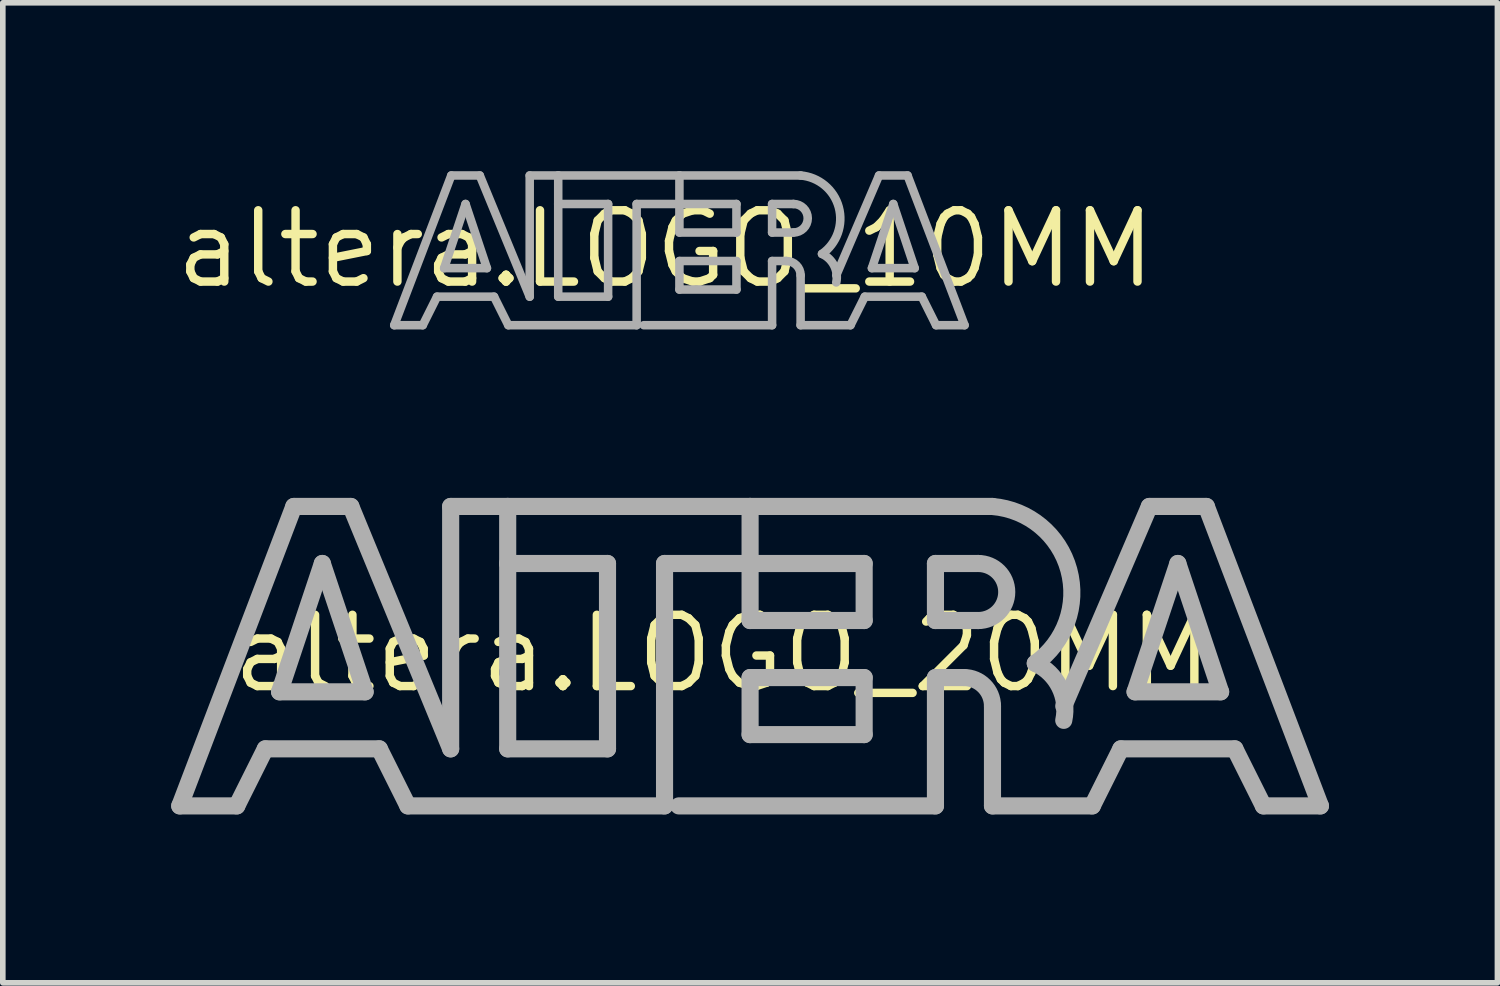
<source format=kicad_pcb>
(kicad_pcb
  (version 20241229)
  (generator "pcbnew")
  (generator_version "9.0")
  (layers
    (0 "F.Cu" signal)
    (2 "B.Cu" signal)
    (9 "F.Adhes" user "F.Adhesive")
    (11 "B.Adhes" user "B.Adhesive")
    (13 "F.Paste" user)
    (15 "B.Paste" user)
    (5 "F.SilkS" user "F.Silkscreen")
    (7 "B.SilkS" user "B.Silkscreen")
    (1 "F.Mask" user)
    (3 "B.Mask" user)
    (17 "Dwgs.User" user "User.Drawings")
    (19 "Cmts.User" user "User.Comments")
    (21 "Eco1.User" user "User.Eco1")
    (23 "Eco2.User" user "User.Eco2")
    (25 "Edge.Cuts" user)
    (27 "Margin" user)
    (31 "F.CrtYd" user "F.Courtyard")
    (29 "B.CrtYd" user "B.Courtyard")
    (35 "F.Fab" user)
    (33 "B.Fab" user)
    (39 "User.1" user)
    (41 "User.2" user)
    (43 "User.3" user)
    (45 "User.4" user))
  (footprint "altera.LOGO_10MM"
    (layer "F.Cu")
    (at 8.807 1.386)
    (property "Reference" "altera.LOGO_10MM" (at 0 0 0) (layer "F.SilkS") (effects (font (size 1.27 1.27) (thickness 0.15))))
    (fp_line (start -4.834 1.357) (end -3.818 -1.31) (stroke (width 0.152) (type default)) (layer "F.Fab"))
    (fp_line (start -4.326 1.357) (end -4.834 1.357) (stroke (width 0.152) (type default)) (layer "F.Fab"))
    (fp_line (start -4.072 0.849) (end -4.326 1.357) (stroke (width 0.152) (type default)) (layer "F.Fab"))
    (fp_line (start -3.945 0.341) (end -3.183 0.341) (stroke (width 0.152) (type default)) (layer "F.Fab"))
    (fp_line (start -3.818 -1.31) (end -3.31 -1.31) (stroke (width 0.152) (type default)) (layer "F.Fab"))
    (fp_line (start -3.564 -0.802) (end -3.945 0.341) (stroke (width 0.152) (type default)) (layer "F.Fab"))
    (fp_line (start -3.31 -1.31) (end -2.421 0.849) (stroke (width 0.152) (type default)) (layer "F.Fab"))
    (fp_line (start -3.183 0.341) (end -3.564 -0.802) (stroke (width 0.152) (type default)) (layer "F.Fab"))
    (fp_line (start -3.056 0.849) (end -4.072 0.849) (stroke (width 0.152) (type default)) (layer "F.Fab"))
    (fp_line (start -2.802 1.357) (end -3.056 0.849) (stroke (width 0.152) (type default)) (layer "F.Fab"))
    (fp_line (start -2.421 -1.31) (end -1.913 -1.31) (stroke (width 0.152) (type default)) (layer "F.Fab"))
    (fp_line (start -2.421 0.849) (end -2.421 -1.31) (stroke (width 0.152) (type default)) (layer "F.Fab"))
    (fp_line (start -1.913 -1.31) (end -1.913 -0.802) (stroke (width 0.152) (type default)) (layer "F.Fab"))
    (fp_line (start -1.913 -1.31) (end 0.246 -1.31) (stroke (width 0.152) (type default)) (layer "F.Fab"))
    (fp_line (start -1.913 -0.802) (end -1.913 0.849) (stroke (width 0.152) (type default)) (layer "F.Fab"))
    (fp_line (start -1.913 0.849) (end -1.024 0.849) (stroke (width 0.152) (type default)) (layer "F.Fab"))
    (fp_line (start -1.024 -0.802) (end -1.913 -0.802) (stroke (width 0.152) (type default)) (layer "F.Fab"))
    (fp_line (start -1.024 0.849) (end -1.024 -0.802) (stroke (width 0.152) (type default)) (layer "F.Fab"))
    (fp_line (start -0.516 -0.802) (end -0.516 1.357) (stroke (width 0.152) (type default)) (layer "F.Fab"))
    (fp_line (start -0.516 1.357) (end -2.802 1.357) (stroke (width 0.152) (type default)) (layer "F.Fab"))
    (fp_line (start 0.246 -1.31) (end 0.246 -0.802) (stroke (width 0.152) (type default)) (layer "F.Fab"))
    (fp_line (start 0.246 -1.31) (end 2.405 -1.31) (stroke (width 0.152) (type default)) (layer "F.Fab"))
    (fp_line (start 0.246 -0.802) (end -0.516 -0.802) (stroke (width 0.152) (type default)) (layer "F.Fab"))
    (fp_line (start 0.246 -0.802) (end 0.246 -0.294) (stroke (width 0.152) (type default)) (layer "F.Fab"))
    (fp_line (start 0.246 -0.294) (end 1.262 -0.294) (stroke (width 0.152) (type default)) (layer "F.Fab"))
    (fp_line (start 0.246 0.214) (end 1.262 0.214) (stroke (width 0.152) (type default)) (layer "F.Fab"))
    (fp_line (start 0.246 0.722) (end 0.246 0.214) (stroke (width 0.152) (type default)) (layer "F.Fab"))
    (fp_line (start 1.262 -0.802) (end 0.246 -0.802) (stroke (width 0.152) (type default)) (layer "F.Fab"))
    (fp_line (start 1.262 -0.294) (end 1.262 -0.802) (stroke (width 0.152) (type default)) (layer "F.Fab"))
    (fp_line (start 1.262 0.214) (end 1.262 0.722) (stroke (width 0.152) (type default)) (layer "F.Fab"))
    (fp_line (start 1.262 0.722) (end 0.246 0.722) (stroke (width 0.152) (type default)) (layer "F.Fab"))
    (fp_line (start 1.897 -0.802) (end 1.897 -0.294) (stroke (width 0.152) (type default)) (layer "F.Fab"))
    (fp_line (start 1.897 -0.294) (end 2.278 -0.294) (stroke (width 0.152) (type default)) (layer "F.Fab"))
    (fp_line (start 1.897 0.214) (end 1.897 1.357) (stroke (width 0.152) (type default)) (layer "F.Fab"))
    (fp_line (start 1.897 0.214) (end 2.151 0.214) (stroke (width 0.152) (type default)) (layer "F.Fab"))
    (fp_line (start 1.897 1.357) (end -0.389 1.357) (stroke (width 0.152) (type default)) (layer "F.Fab"))
    (fp_line (start 2.278 -0.802) (end 1.897 -0.802) (stroke (width 0.152) (type default)) (layer "F.Fab"))
    (fp_line (start 2.405 0.468) (end 2.405 1.357) (stroke (width 0.152) (type default)) (layer "F.Fab"))
    (fp_line (start 2.405 1.357) (end 3.294 1.357) (stroke (width 0.152) (type default)) (layer "F.Fab"))
    (fp_line (start 3.294 1.357) (end 3.548 0.849) (stroke (width 0.152) (type default)) (layer "F.Fab"))
    (fp_line (start 3.548 0.849) (end 4.564 0.849) (stroke (width 0.152) (type default)) (layer "F.Fab"))
    (fp_line (start 3.675 0.341) (end 4.056 -0.802) (stroke (width 0.152) (type default)) (layer "F.Fab"))
    (fp_line (start 3.802 -1.31) (end 3.04 0.468) (stroke (width 0.152) (type default)) (layer "F.Fab"))
    (fp_line (start 4.056 -0.802) (end 4.437 0.341) (stroke (width 0.152) (type default)) (layer "F.Fab"))
    (fp_line (start 4.31 -1.31) (end 3.802 -1.31) (stroke (width 0.152) (type default)) (layer "F.Fab"))
    (fp_line (start 4.437 0.341) (end 3.675 0.341) (stroke (width 0.152) (type default)) (layer "F.Fab"))
    (fp_line (start 4.564 0.849) (end 4.818 1.357) (stroke (width 0.152) (type default)) (layer "F.Fab"))
    (fp_line (start 4.818 1.357) (end 5.326 1.357) (stroke (width 0.152) (type default)) (layer "F.Fab"))
    (fp_line (start 5.326 1.357) (end 4.31 -1.31) (stroke (width 0.152) (type default)) (layer "F.Fab"))
    (fp_arc (start 2.151 0.214) (mid 2.330605 0.288395) (end 2.405 0.468) (stroke (width 0.1524) (type default)) (layer "F.Fab"))
    (fp_arc (start 2.278 -0.802) (mid 2.532 -0.548) (end 2.278 -0.294) (stroke (width 0.1524) (type default)) (layer "F.Fab"))
    (fp_arc (start 2.405 -1.31) (mid 3.084953 -0.74477) (end 2.7861 0.0874) (stroke (width 0.1524) (type default)) (layer "F.Fab"))
    (fp_arc (start 2.7861 0.0871) (mid 3.002081 0.296587) (end 3.0398 0.5951) (stroke (width 0.1524) (type default)) (layer "F.Fab")))
  (footprint "altera.LOGO_20MM"
    (layer "F.Cu")
    (at 9.82 8.592)
    (property "Reference" "altera.LOGO_20MM" (at 0 0 0) (layer "F.SilkS") (effects (font (size 1.27 1.27) (thickness 0.15))))
    (fp_line (start -9.668 2.714) (end -7.636 -2.62) (stroke (width 0.305) (type default)) (layer "F.Fab"))
    (fp_line (start -8.652 2.714) (end -9.668 2.714) (stroke (width 0.305) (type default)) (layer "F.Fab"))
    (fp_line (start -8.144 1.698) (end -8.652 2.714) (stroke (width 0.305) (type default)) (layer "F.Fab"))
    (fp_line (start -7.89 0.682) (end -6.366 0.682) (stroke (width 0.305) (type default)) (layer "F.Fab"))
    (fp_line (start -7.636 -2.62) (end -6.62 -2.62) (stroke (width 0.305) (type default)) (layer "F.Fab"))
    (fp_line (start -7.128 -1.604) (end -7.89 0.682) (stroke (width 0.305) (type default)) (layer "F.Fab"))
    (fp_line (start -6.62 -2.62) (end -4.842 1.698) (stroke (width 0.305) (type default)) (layer "F.Fab"))
    (fp_line (start -6.366 0.682) (end -7.128 -1.604) (stroke (width 0.305) (type default)) (layer "F.Fab"))
    (fp_line (start -6.112 1.698) (end -8.144 1.698) (stroke (width 0.305) (type default)) (layer "F.Fab"))
    (fp_line (start -5.604 2.714) (end -6.112 1.698) (stroke (width 0.305) (type default)) (layer "F.Fab"))
    (fp_line (start -4.842 -2.62) (end -3.826 -2.62) (stroke (width 0.305) (type default)) (layer "F.Fab"))
    (fp_line (start -4.842 1.698) (end -4.842 -2.62) (stroke (width 0.305) (type default)) (layer "F.Fab"))
    (fp_line (start -3.826 -2.62) (end -3.826 -1.604) (stroke (width 0.305) (type default)) (layer "F.Fab"))
    (fp_line (start -3.826 -2.62) (end 0.492 -2.62) (stroke (width 0.305) (type default)) (layer "F.Fab"))
    (fp_line (start -3.826 -1.604) (end -3.826 1.698) (stroke (width 0.305) (type default)) (layer "F.Fab"))
    (fp_line (start -3.826 1.698) (end -2.048 1.698) (stroke (width 0.305) (type default)) (layer "F.Fab"))
    (fp_line (start -2.048 -1.604) (end -3.826 -1.604) (stroke (width 0.305) (type default)) (layer "F.Fab"))
    (fp_line (start -2.048 1.698) (end -2.048 -1.604) (stroke (width 0.305) (type default)) (layer "F.Fab"))
    (fp_line (start -1.032 -1.604) (end -1.032 2.714) (stroke (width 0.305) (type default)) (layer "F.Fab"))
    (fp_line (start -1.032 2.714) (end -5.604 2.714) (stroke (width 0.305) (type default)) (layer "F.Fab"))
    (fp_line (start 0.492 -2.62) (end 0.492 -1.604) (stroke (width 0.305) (type default)) (layer "F.Fab"))
    (fp_line (start 0.492 -2.62) (end 4.81 -2.62) (stroke (width 0.305) (type default)) (layer "F.Fab"))
    (fp_line (start 0.492 -1.604) (end -1.032 -1.604) (stroke (width 0.305) (type default)) (layer "F.Fab"))
    (fp_line (start 0.492 -1.604) (end 0.492 -0.588) (stroke (width 0.305) (type default)) (layer "F.Fab"))
    (fp_line (start 0.492 -0.588) (end 2.524 -0.588) (stroke (width 0.305) (type default)) (layer "F.Fab"))
    (fp_line (start 0.492 0.428) (end 2.524 0.428) (stroke (width 0.305) (type default)) (layer "F.Fab"))
    (fp_line (start 0.492 1.444) (end 0.492 0.428) (stroke (width 0.305) (type default)) (layer "F.Fab"))
    (fp_line (start 2.524 -1.604) (end 0.492 -1.604) (stroke (width 0.305) (type default)) (layer "F.Fab"))
    (fp_line (start 2.524 -0.588) (end 2.524 -1.604) (stroke (width 0.305) (type default)) (layer "F.Fab"))
    (fp_line (start 2.524 0.428) (end 2.524 1.444) (stroke (width 0.305) (type default)) (layer "F.Fab"))
    (fp_line (start 2.524 1.444) (end 0.492 1.444) (stroke (width 0.305) (type default)) (layer "F.Fab"))
    (fp_line (start 3.794 -1.604) (end 3.794 -0.588) (stroke (width 0.305) (type default)) (layer "F.Fab"))
    (fp_line (start 3.794 -0.588) (end 4.556 -0.588) (stroke (width 0.305) (type default)) (layer "F.Fab"))
    (fp_line (start 3.794 0.428) (end 3.794 2.714) (stroke (width 0.305) (type default)) (layer "F.Fab"))
    (fp_line (start 3.794 0.428) (end 4.302 0.428) (stroke (width 0.305) (type default)) (layer "F.Fab"))
    (fp_line (start 3.794 2.714) (end -0.778 2.714) (stroke (width 0.305) (type default)) (layer "F.Fab"))
    (fp_line (start 4.556 -1.604) (end 3.794 -1.604) (stroke (width 0.305) (type default)) (layer "F.Fab"))
    (fp_line (start 4.81 0.936) (end 4.81 2.714) (stroke (width 0.305) (type default)) (layer "F.Fab"))
    (fp_line (start 4.81 2.714) (end 6.588 2.714) (stroke (width 0.305) (type default)) (layer "F.Fab"))
    (fp_line (start 6.588 2.714) (end 7.096 1.698) (stroke (width 0.305) (type default)) (layer "F.Fab"))
    (fp_line (start 7.096 1.698) (end 9.128 1.698) (stroke (width 0.305) (type default)) (layer "F.Fab"))
    (fp_line (start 7.35 0.682) (end 8.112 -1.604) (stroke (width 0.305) (type default)) (layer "F.Fab"))
    (fp_line (start 7.604 -2.62) (end 6.08 0.936) (stroke (width 0.305) (type default)) (layer "F.Fab"))
    (fp_line (start 8.112 -1.604) (end 8.874 0.682) (stroke (width 0.305) (type default)) (layer "F.Fab"))
    (fp_line (start 8.62 -2.62) (end 7.604 -2.62) (stroke (width 0.305) (type default)) (layer "F.Fab"))
    (fp_line (start 8.874 0.682) (end 7.35 0.682) (stroke (width 0.305) (type default)) (layer "F.Fab"))
    (fp_line (start 9.128 1.698) (end 9.636 2.714) (stroke (width 0.305) (type default)) (layer "F.Fab"))
    (fp_line (start 9.636 2.714) (end 10.652 2.714) (stroke (width 0.305) (type default)) (layer "F.Fab"))
    (fp_line (start 10.652 2.714) (end 8.62 -2.62) (stroke (width 0.305) (type default)) (layer "F.Fab"))
    (fp_arc (start 4.302 0.428) (mid 4.66121 0.57679) (end 4.81 0.936) (stroke (width 0.3048) (type default)) (layer "F.Fab"))
    (fp_arc (start 4.556 -1.604) (mid 5.064 -1.096) (end 4.556 -0.588) (stroke (width 0.3048) (type default)) (layer "F.Fab"))
    (fp_arc (start 4.81 -2.6196) (mid 6.169719 -1.489328) (end 5.5722 0.1748) (stroke (width 0.3048) (type default)) (layer "F.Fab"))
    (fp_arc (start 5.5722 0.1742) (mid 6.004163 0.593174) (end 6.0796 1.1902) (stroke (width 0.3048) (type default)) (layer "F.Fab")))
  (gr_rect
    (start -3 -3)
    (end 23.625 14.458)
    (stroke (width 0.1) (type default))
    (fill no)
    (layer "Edge.Cuts")))
</source>
